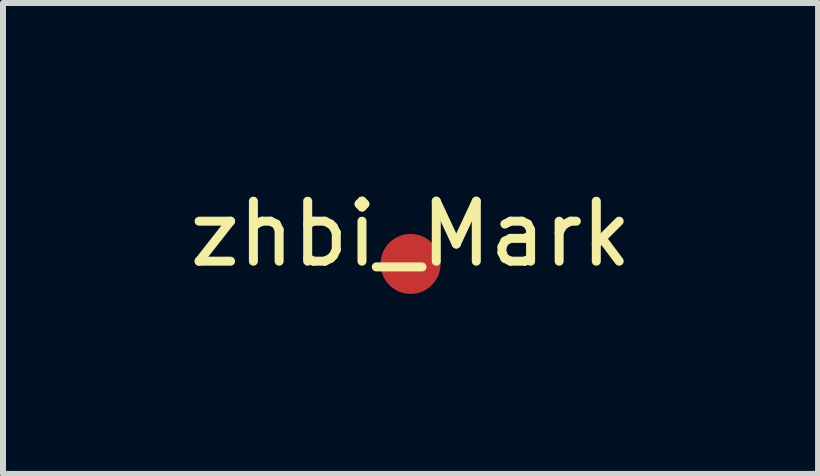
<source format=kicad_pcb>
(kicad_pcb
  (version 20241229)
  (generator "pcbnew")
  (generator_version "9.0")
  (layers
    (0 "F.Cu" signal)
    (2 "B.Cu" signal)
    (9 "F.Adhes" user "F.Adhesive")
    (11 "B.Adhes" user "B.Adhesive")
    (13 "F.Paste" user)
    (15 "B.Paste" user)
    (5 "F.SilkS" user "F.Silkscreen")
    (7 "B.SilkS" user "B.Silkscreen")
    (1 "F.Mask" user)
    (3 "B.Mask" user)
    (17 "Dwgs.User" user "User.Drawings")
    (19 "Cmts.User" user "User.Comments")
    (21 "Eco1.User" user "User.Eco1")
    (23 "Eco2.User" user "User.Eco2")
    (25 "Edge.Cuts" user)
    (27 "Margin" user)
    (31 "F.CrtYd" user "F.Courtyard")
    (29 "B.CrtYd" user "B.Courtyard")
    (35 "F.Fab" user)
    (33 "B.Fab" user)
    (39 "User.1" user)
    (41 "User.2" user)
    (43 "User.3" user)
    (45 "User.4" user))
  (footprint "zhbi_Mark"
    (layer "F.Cu")
    (at 3.792 1.348)
    (property "Reference" "zhbi_Mark" (at 0 -0.5 0) (unlocked yes) (layer "F.SilkS") (effects (font (size 1 1) (thickness 0.15))))
    (attr smd)
    (pad "1" smd circle (at 0 0) (size 1 1) (layers "F.Cu" "F.Mask" "F.Paste")))
  (gr_rect
    (start -3 -3)
    (end 10.583 4.848)
    (stroke (width 0.1) (type default))
    (fill no)
    (layer "Edge.Cuts")))
</source>
